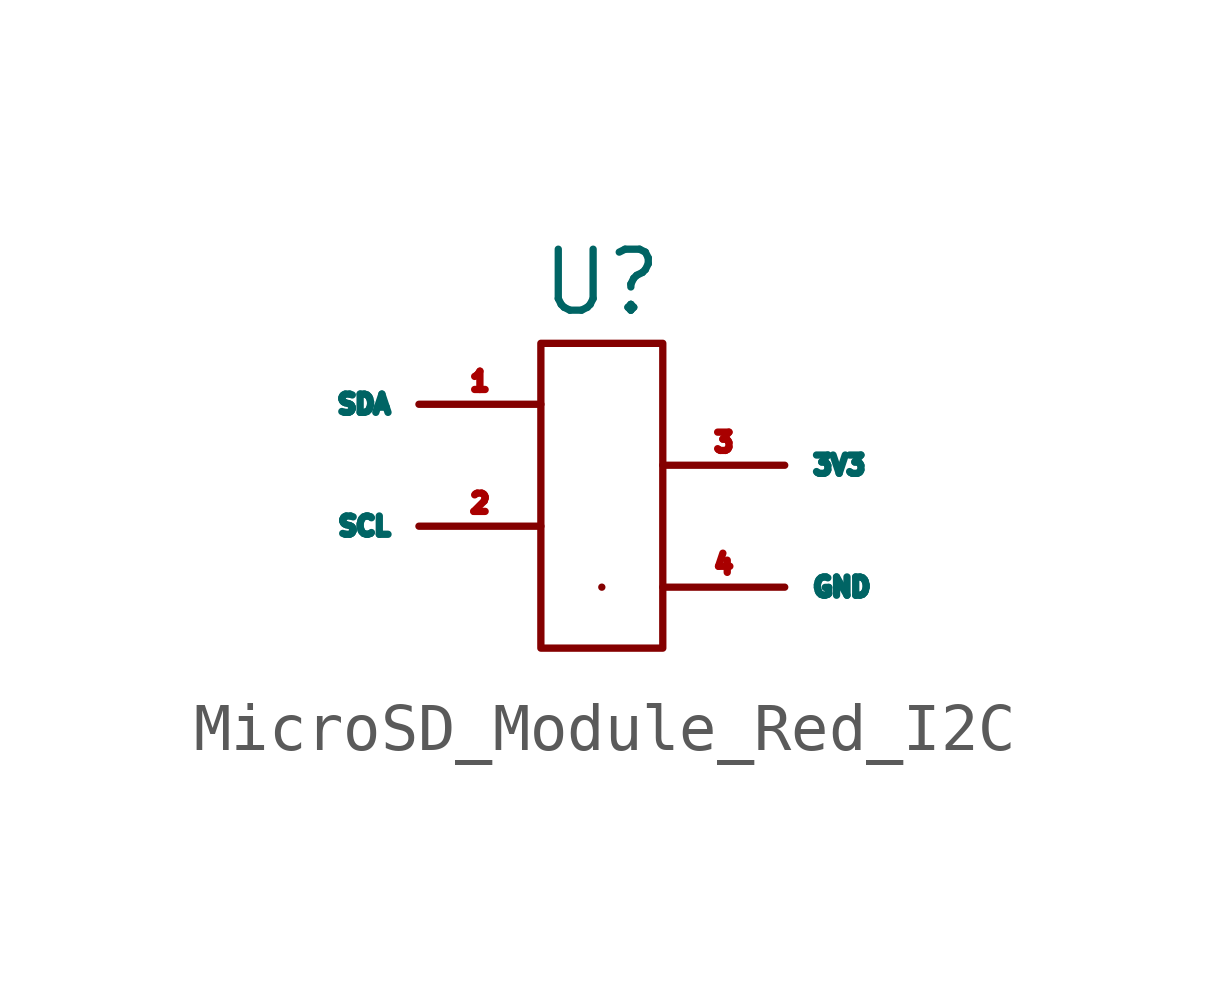
<source format=kicad_sym>
(kicad_symbol_lib
  (version 20241209)
  (generator "kicad_symbol_editor")
  (generator_version "9.0")
  (symbol "MicroSD_Module_Red_I2C"
    (property "Reference" "U"
      (at 0 0 0)
      (effects (font (size 1.27 1.27))))
    (property "Value" ""
      (at 0 0 0)
      (effects (font (size 1.27 1.27))))
    (symbol "MicroSD_Module_Red_I2C_0_1"
      (rectangle (start -1.27 -1.27) (end 1.27 -7.62) (stroke (width 0) (type default)) (fill (type none)))
      (rectangle (start 0 -6.35) (end 0 -6.35) (stroke (width 0) (type default)) (fill (type none))))
    (symbol "MicroSD_Module_Red_I2C_1_1"
      (pin bidirectional line (at -1.27 -2.54 180) (length 2.54) (name "SDA" (effects (font (size 0.381 0.381)))) (number "1" (effects (font (size 0.381 0.381)))))
      (pin input line (at -1.27 -5.08 180) (length 2.54) (name "SCL" (effects (font (size 0.381 0.381)))) (number "2" (effects (font (size 0.381 0.381)))))
      (pin power_in line (at 1.27 -3.81 0) (length 2.54) (name "3V3" (effects (font (size 0.381 0.381)))) (number "3" (effects (font (size 0.381 0.381)))))
      (pin power_in line (at 1.27 -6.35 0) (length 2.54) (name "GND" (effects (font (size 0.381 0.381)))) (number "4" (effects (font (size 0.381 0.381))))))))
</source>
